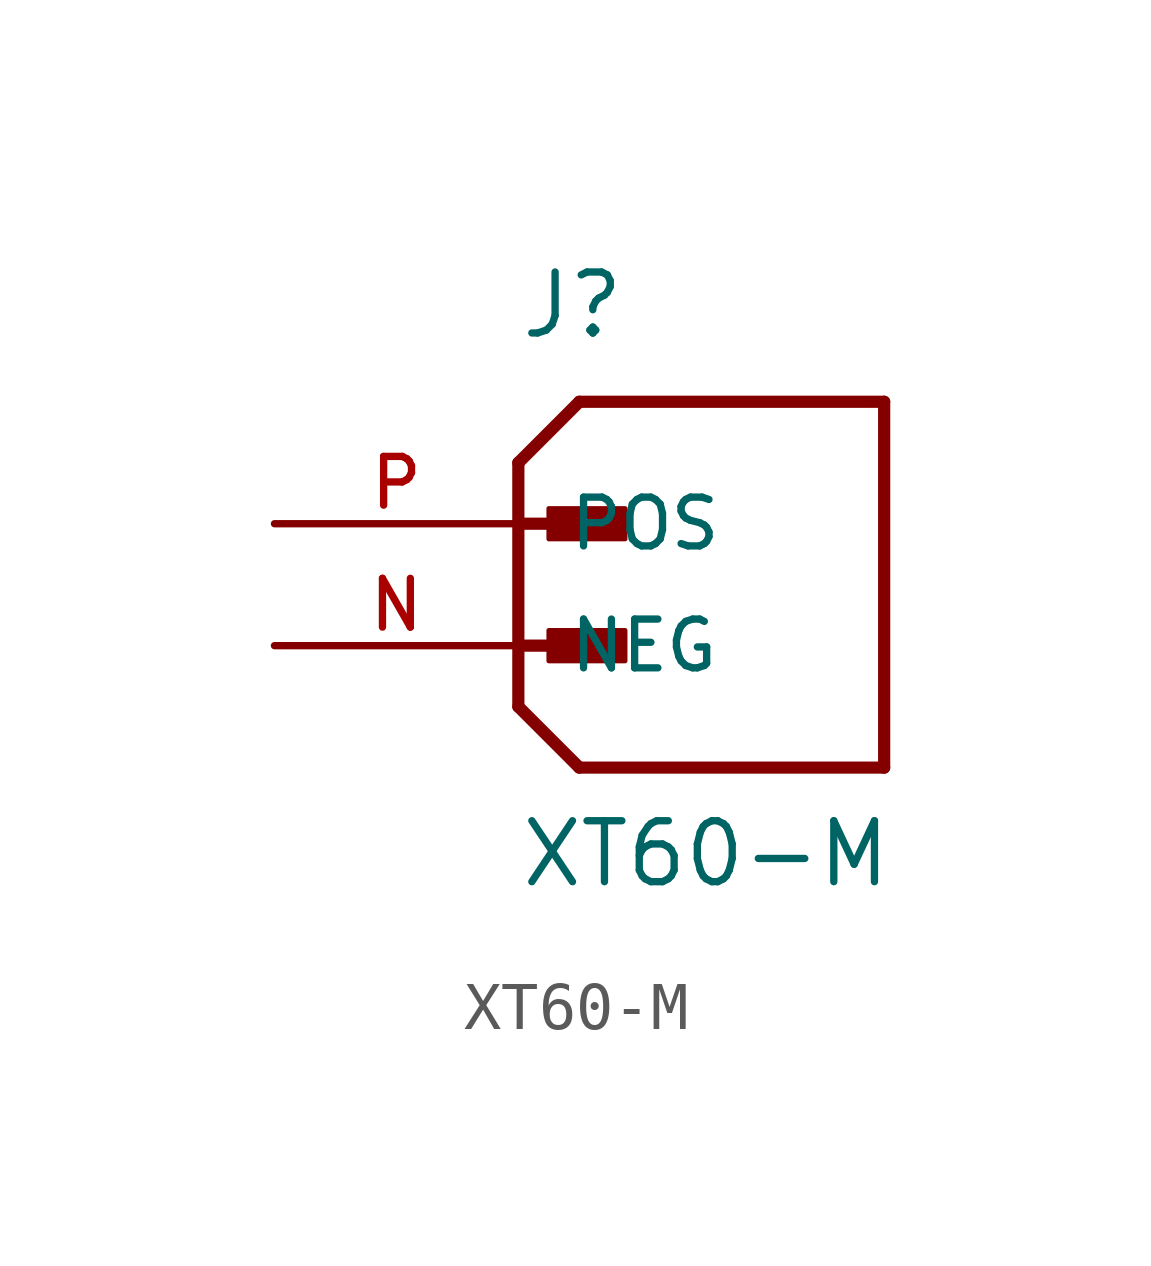
<source format=kicad_sym>
(kicad_symbol_lib
  (version 20231120)
  (generator "kicad_symbol_editor")
  (generator_version "8.0")
  (symbol "XT60-M"
    (pin_names
      (offset 1.016))
    (property "Reference" "J"
      (at 0 6.35 0)
      (effects (font (size 1.27 1.27)) (justify left bottom)))
    (property "Value" "XT60-M"
      (at 0 -5.08 0)
      (effects (font (size 1.27 1.27)) (justify left bottom)))
    (symbol "XT60-M_0_0"
      (polyline (pts (xy 0 -1.27) (xy 1.27 -2.54)) (stroke (width 0.254) (type default)) (fill (type none)))
      (polyline (pts (xy 0 0) (xy 1.905 0)) (stroke (width 0.254) (type default)) (fill (type none)))
      (polyline (pts (xy 0 2.54) (xy 0 -1.27)) (stroke (width 0.254) (type default)) (fill (type none)))
      (polyline (pts (xy 0 2.54) (xy 1.905 2.54)) (stroke (width 0.254) (type default)) (fill (type none)))
      (polyline (pts (xy 0 3.81) (xy 0 2.54)) (stroke (width 0.254) (type default)) (fill (type none)))
      (polyline (pts (xy 0 3.81) (xy 1.27 5.08)) (stroke (width 0.254) (type default)) (fill (type none)))
      (polyline (pts (xy 1.27 -2.54) (xy 7.62 -2.54)) (stroke (width 0.254) (type default)) (fill (type none)))
      (polyline (pts (xy 7.62 -2.54) (xy 7.62 5.08)) (stroke (width 0.254) (type default)) (fill (type none)))
      (polyline (pts (xy 7.62 5.08) (xy 1.27 5.08)) (stroke (width 0.254) (type default)) (fill (type none)))
      (rectangle (start 0.635 -0.318) (end 2.223 0.318) (stroke (width 0.1) (type default)) (fill (type outline)))
      (rectangle (start 0.635 2.223) (end 2.223 2.857) (stroke (width 0.1) (type default)) (fill (type outline)))
      (pin passive line (at -5.08 0 0) (length 5.08) (name "NEG" (effects (font (size 1.016 1.016)))) (number "N" (effects (font (size 1.016 1.016)))))
      (pin passive line (at -5.08 2.54 0) (length 5.08) (name "POS" (effects (font (size 1.016 1.016)))) (number "P" (effects (font (size 1.016 1.016))))))))
</source>
